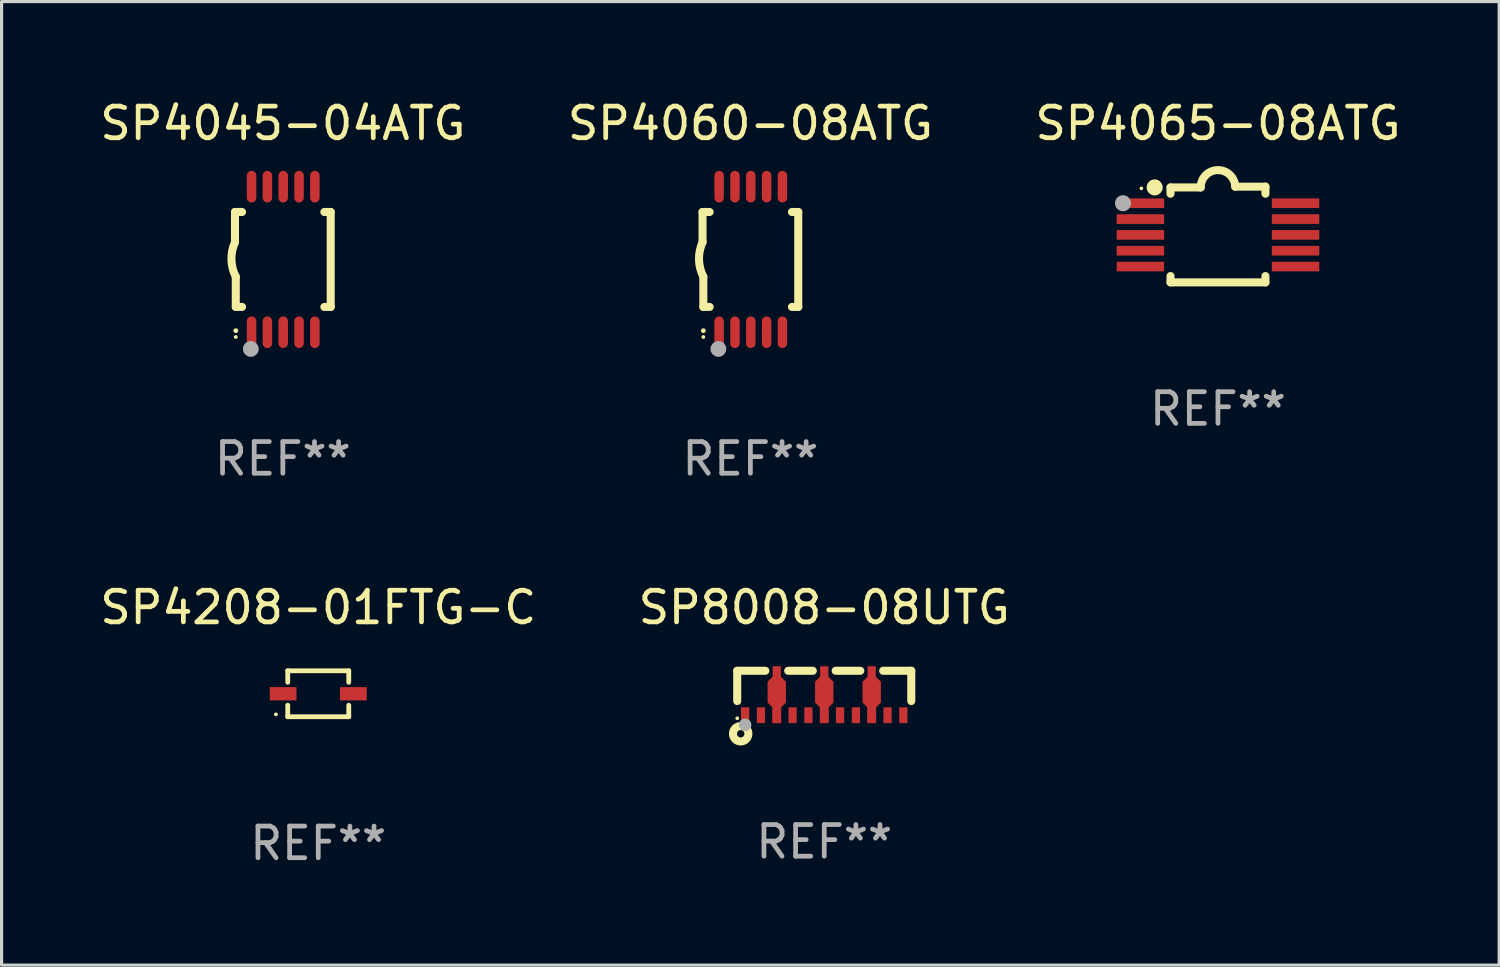
<source format=kicad_pcb>
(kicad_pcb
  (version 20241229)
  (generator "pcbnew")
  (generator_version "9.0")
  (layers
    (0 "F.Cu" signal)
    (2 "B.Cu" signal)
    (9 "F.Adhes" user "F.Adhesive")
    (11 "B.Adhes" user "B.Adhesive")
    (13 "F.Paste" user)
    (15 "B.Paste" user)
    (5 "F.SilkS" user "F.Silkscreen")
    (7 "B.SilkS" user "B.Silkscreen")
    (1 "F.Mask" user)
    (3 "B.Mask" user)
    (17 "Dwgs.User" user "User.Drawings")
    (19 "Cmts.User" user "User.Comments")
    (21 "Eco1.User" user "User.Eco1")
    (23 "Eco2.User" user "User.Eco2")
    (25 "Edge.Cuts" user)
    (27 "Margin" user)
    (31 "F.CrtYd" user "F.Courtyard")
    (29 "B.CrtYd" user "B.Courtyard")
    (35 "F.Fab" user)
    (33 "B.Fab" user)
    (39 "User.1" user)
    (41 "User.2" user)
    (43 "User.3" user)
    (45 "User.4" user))
  (footprint "SP4060-08ATG"
    (layer "F.Cu")
    (at 20.661 5.148)
    (property "Reference" "SP4060-08ATG" (at 0 -4.3 0) (layer "F.SilkS") (effects (font (size 1 1) (thickness 0.15))))
    (attr through_hole)
    (fp_line (start -1.512 -1.5) (end -1.512 -0.546) (stroke (width 0.254) (type solid)) (layer "F.SilkS"))
    (fp_line (start -1.487 0.546) (end -1.487 1.5) (stroke (width 0.254) (type solid)) (layer "F.SilkS"))
    (fp_line (start -1.288 -1.5) (end -1.512 -1.5) (stroke (width 0.254) (type solid)) (layer "F.SilkS"))
    (fp_line (start -1.288 1.5) (end -1.487 1.5) (stroke (width 0.254) (type solid)) (layer "F.SilkS"))
    (fp_line (start 1.512 -1.5) (end 1.312 -1.5) (stroke (width 0.254) (type solid)) (layer "F.SilkS"))
    (fp_line (start 1.512 -1.5) (end 1.512 1.5) (stroke (width 0.254) (type solid)) (layer "F.SilkS"))
    (fp_line (start 1.512 1.5) (end 1.312 1.5) (stroke (width 0.254) (type solid)) (layer "F.SilkS"))
    (fp_arc (start -1.487998 2.250013) (mid -1.486728 2.250007) (end -1.485458 2.250013) (stroke (width 0.150013) (type solid)) (layer "F.SilkS"))
    (fp_arc (start -1.486602 0.546102) (mid -1.624196 0.002905) (end -1.512002 -0.546101) (stroke (width 0.254001) (type solid)) (layer "F.SilkS"))
    (fp_circle (center -1.488 2.45) (end -1.458 2.45) (stroke (width 0.06) (type solid)) (fill no) (layer "F.SilkS"))
    (fp_circle (center -1.012 2.828) (end -0.887 2.828) (stroke (width 0.25) (type solid)) (fill no) (layer "F.Fab"))
    (fp_text user "REF**" (at 0 6.3 0) (layer "F.Fab") (effects (font (size 1 1) (thickness 0.15))))
    (pad "1" smd oval (at -0.988 2.3) (size 0.3 1) (layers "F.Cu" "F.Mask" "F.Paste"))
    (pad "2" smd oval (at -0.488 2.3) (size 0.3 1) (layers "F.Cu" "F.Mask" "F.Paste"))
    (pad "3" smd oval (at 0.012 2.3) (size 0.3 1) (layers "F.Cu" "F.Mask" "F.Paste"))
    (pad "4" smd oval (at 0.512 2.3) (size 0.3 1) (layers "F.Cu" "F.Mask" "F.Paste"))
    (pad "5" smd oval (at 1.012 2.3) (size 0.3 1) (layers "F.Cu" "F.Mask" "F.Paste"))
    (pad "6" smd oval (at 1.012 -2.3) (size 0.3 1) (layers "F.Cu" "F.Mask" "F.Paste"))
    (pad "7" smd oval (at 0.512 -2.3) (size 0.3 1) (layers "F.Cu" "F.Mask" "F.Paste"))
    (pad "8" smd oval (at 0.012 -2.3) (size 0.3 1) (layers "F.Cu" "F.Mask" "F.Paste"))
    (pad "9" smd oval (at -0.488 -2.3) (size 0.3 1) (layers "F.Cu" "F.Mask" "F.Paste"))
    (pad "10" smd oval (at -0.988 -2.3) (size 0.3 1) (layers "F.Cu" "F.Mask" "F.Paste")))
  (footprint "SP4065-08ATG"
    (layer "F.Cu")
    (at 35.435 4.36)
    (property "Reference" "SP4065-08ATG" (at 0 -3.512 0) (layer "F.SilkS") (effects (font (size 1 1) (thickness 0.15))))
    (attr through_hole)
    (fp_line (start -1.5 -1.288) (end -1.5 -1.487) (stroke (width 0.254) (type solid)) (layer "F.SilkS"))
    (fp_line (start -1.5 1.512) (end -1.5 1.312) (stroke (width 0.254) (type solid)) (layer "F.SilkS"))
    (fp_line (start -0.546 -1.487) (end -1.5 -1.487) (stroke (width 0.254) (type solid)) (layer "F.SilkS"))
    (fp_line (start 1.5 -1.512) (end 0.546 -1.512) (stroke (width 0.254) (type solid)) (layer "F.SilkS"))
    (fp_line (start 1.5 -1.288) (end 1.5 -1.512) (stroke (width 0.254) (type solid)) (layer "F.SilkS"))
    (fp_line (start 1.5 1.512) (end -1.5 1.512) (stroke (width 0.254) (type solid)) (layer "F.SilkS"))
    (fp_line (start 1.5 1.512) (end 1.5 1.312) (stroke (width 0.254) (type solid)) (layer "F.SilkS"))
    (fp_arc (start -0.546151 -1.486601) (mid -0.01246 -2.032889) (end 0.54605 -1.512002) (stroke (width 0.254001) (type solid)) (layer "F.SilkS"))
    (fp_circle (center -2.42 -1.458) (end -2.39 -1.458) (stroke (width 0.06) (type solid)) (fill no) (layer "F.SilkS"))
    (fp_circle (center -2 -1.488) (end -1.873 -1.488) (stroke (width 0.254) (type solid)) (fill no) (layer "F.SilkS"))
    (fp_circle (center -3 -0.988) (end -2.873 -0.988) (stroke (width 0.254) (type solid)) (fill no) (layer "F.Fab"))
    (fp_text user "REF**" (at 0 5.512 0) (layer "F.Fab") (effects (font (size 1 1) (thickness 0.15))))
    (pad "1" smd rect (at -2.451 -0.988) (size 1.5 0.305) (layers "F.Cu" "F.Mask" "F.Paste"))
    (pad "2" smd rect (at -2.451 -0.488) (size 1.5 0.305) (layers "F.Cu" "F.Mask" "F.Paste"))
    (pad "3" smd rect (at -2.451 0.012) (size 1.5 0.305) (layers "F.Cu" "F.Mask" "F.Paste"))
    (pad "4" smd rect (at -2.451 0.512) (size 1.5 0.305) (layers "F.Cu" "F.Mask" "F.Paste"))
    (pad "5" smd rect (at -2.451 1.012) (size 1.5 0.305) (layers "F.Cu" "F.Mask" "F.Paste"))
    (pad "6" smd rect (at 2.451 1.012) (size 1.5 0.305) (layers "F.Cu" "F.Mask" "F.Paste"))
    (pad "7" smd rect (at 2.451 0.512) (size 1.5 0.305) (layers "F.Cu" "F.Mask" "F.Paste"))
    (pad "8" smd rect (at 2.451 0.012) (size 1.5 0.305) (layers "F.Cu" "F.Mask" "F.Paste"))
    (pad "9" smd rect (at 2.451 -0.488) (size 1.5 0.305) (layers "F.Cu" "F.Mask" "F.Paste"))
    (pad "10" smd rect (at 2.451 -0.988) (size 1.5 0.305) (layers "F.Cu" "F.Mask" "F.Paste")))
  (footprint "SP8008-08UTG"
    (layer "F.Cu")
    (at 22.994 18.847)
    (property "Reference" "SP8008-08UTG" (at 0 -2.702 0) (layer "F.SilkS") (effects (font (size 1 1) (thickness 0.15))))
    (attr through_hole)
    (fp_line (start -2.75 -0.702) (end -2.75 0.255) (stroke (width 0.254) (type solid)) (layer "F.SilkS"))
    (fp_line (start -2.75 -0.702) (end -1.861 -0.702) (stroke (width 0.254) (type solid)) (layer "F.SilkS"))
    (fp_line (start -1.139 -0.702) (end -0.361 -0.702) (stroke (width 0.254) (type solid)) (layer "F.SilkS"))
    (fp_line (start 0.361 -0.702) (end 1.139 -0.702) (stroke (width 0.254) (type solid)) (layer "F.SilkS"))
    (fp_line (start 1.861 -0.702) (end 2.75 -0.702) (stroke (width 0.254) (type solid)) (layer "F.SilkS"))
    (fp_line (start 2.75 -0.702) (end 2.75 0.255) (stroke (width 0.254) (type solid)) (layer "F.SilkS"))
    (fp_circle (center -2.75 0.798) (end -2.72 0.798) (stroke (width 0.06) (type solid)) (fill no) (layer "F.SilkS"))
    (fp_circle (center -2.64 1.288) (end -2.523 1.288) (stroke (width 0.254) (type solid)) (fill no) (layer "F.SilkS"))
    (fp_circle (center -2.5 1.007) (end -2.4 1.007) (stroke (width 0.2) (type solid)) (fill no) (layer "F.Fab"))
    (fp_text user "REF**" (at 0 4.702 0) (layer "F.Fab") (effects (font (size 1 1) (thickness 0.15))))
    (pad "1" smd rect (at -2.5 0.702) (size 0.26 0.5) (layers "F.Cu" "F.Mask" "F.Paste"))
    (pad "2" smd rect (at -2 0.702) (size 0.26 0.5) (layers "F.Cu" "F.Mask" "F.Paste"))
    (pad "3" smd rect (at -1.5 0.702) (size 0.26 0.5) (layers "F.Cu" "F.Mask" "F.Paste"))
    (pad "4" smd rect (at -1 0.702) (size 0.26 0.5) (layers "F.Cu" "F.Mask" "F.Paste"))
    (pad "5" smd rect (at -0.5 0.702) (size 0.26 0.5) (layers "F.Cu" "F.Mask" "F.Paste"))
    (pad "6" smd rect (at 0 0.702) (size 0.26 0.5) (layers "F.Cu" "F.Mask" "F.Paste"))
    (pad "7" smd rect (at 0.5 0.702) (size 0.26 0.5) (layers "F.Cu" "F.Mask" "F.Paste"))
    (pad "8" smd rect (at 1 0.702) (size 0.26 0.5) (layers "F.Cu" "F.Mask" "F.Paste"))
    (pad "9" smd rect (at 1.5 0.702) (size 0.26 0.5) (layers "F.Cu" "F.Mask" "F.Paste"))
    (pad "10" smd rect (at 2 0.702) (size 0.26 0.5) (layers "F.Cu" "F.Mask" "F.Paste"))
    (pad "11" smd rect (at 2.5 0.702) (size 0.26 0.5) (layers "F.Cu" "F.Mask" "F.Paste"))
    (pad "12" smd custom (at 1.5 0.053) (size 0.58 1.8) (layers "F.Cu" "F.Mask" "F.Paste") (options (anchor circle)) (primitives (gr_poly (pts (xy -0.13 -0.9) (xy -0.13 -0.57) (xy -0.29 -0.41) (xy -0.29 0.25) (xy -0.14 0.4) (xy -0.14 0.9) (xy 0.14 0.9) (xy 0.14 0.4) (xy 0.29 0.25) (xy 0.29 -0.41) (xy 0.13 -0.57) (xy 0.13 -0.9) (xy -0.13 -0.9)) (width 0) (fill yes))))
    (pad "13" smd custom (at 0 0.053) (size 0.58 1.8) (layers "F.Cu" "F.Mask" "F.Paste") (options (anchor circle)) (primitives (gr_poly (pts (xy -0.13 -0.9) (xy -0.13 -0.57) (xy -0.29 -0.41) (xy -0.29 0.25) (xy -0.14 0.4) (xy -0.14 0.9) (xy 0.14 0.9) (xy 0.14 0.4) (xy 0.29 0.25) (xy 0.29 -0.41) (xy 0.13 -0.57) (xy 0.13 -0.9) (xy -0.13 -0.9)) (width 0) (fill yes))))
    (pad "14" smd custom (at -1.5 0.053) (size 0.58 1.8) (layers "F.Cu" "F.Mask" "F.Paste") (options (anchor circle)) (primitives (gr_poly (pts (xy -0.13 -0.9) (xy -0.13 -0.57) (xy -0.29 -0.41) (xy -0.29 0.25) (xy -0.14 0.4) (xy -0.14 0.9) (xy 0.14 0.9) (xy 0.14 0.4) (xy 0.29 0.25) (xy 0.29 -0.41) (xy 0.13 -0.57) (xy 0.13 -0.9) (xy -0.13 -0.9)) (width 0) (fill yes)))))
  (footprint "SP4208-01FTG-C"
    (layer "F.Cu")
    (at 7.006 18.871)
    (property "Reference" "SP4208-01FTG-C" (at 0 -2.726 0) (layer "F.SilkS") (effects (font (size 1 1) (thickness 0.15))))
    (attr through_hole)
    (fp_line (start -0.964 -0.726) (end 0.964 -0.726) (stroke (width 0.152) (type solid)) (layer "F.SilkS"))
    (fp_line (start -0.964 -0.362) (end -0.964 -0.726) (stroke (width 0.152) (type solid)) (layer "F.SilkS"))
    (fp_line (start -0.964 0.362) (end -0.964 0.726) (stroke (width 0.152) (type solid)) (layer "F.SilkS"))
    (fp_line (start -0.964 0.726) (end 0.964 0.726) (stroke (width 0.152) (type solid)) (layer "F.SilkS"))
    (fp_line (start 0.964 -0.362) (end 0.964 -0.726) (stroke (width 0.152) (type solid)) (layer "F.SilkS"))
    (fp_line (start 0.964 0.362) (end 0.964 0.726) (stroke (width 0.152) (type solid)) (layer "F.SilkS"))
    (fp_circle (center -1.338 0.65) (end -1.308 0.65) (stroke (width 0.06) (type solid)) (fill no) (layer "F.SilkS"))
    (fp_text user "REF**" (at 0 4.726 0) (layer "F.Fab") (effects (font (size 1 1) (thickness 0.15))))
    (pad "1" smd rect (at -1.11 0) (size 0.845 0.42) (layers "F.Cu" "F.Mask" "F.Paste"))
    (pad "2" smd rect (at 1.11 0) (size 0.845 0.42) (layers "F.Cu" "F.Mask" "F.Paste")))
  (footprint "SP4045-04ATG"
    (layer "F.Cu")
    (at 5.887 5.148)
    (property "Reference" "SP4045-04ATG" (at 0 -4.3 0) (layer "F.SilkS") (effects (font (size 1 1) (thickness 0.15))))
    (attr through_hole)
    (fp_line (start -1.512 -1.5) (end -1.512 -0.546) (stroke (width 0.254) (type solid)) (layer "F.SilkS"))
    (fp_line (start -1.487 0.546) (end -1.487 1.5) (stroke (width 0.254) (type solid)) (layer "F.SilkS"))
    (fp_line (start -1.288 -1.5) (end -1.512 -1.5) (stroke (width 0.254) (type solid)) (layer "F.SilkS"))
    (fp_line (start -1.288 1.5) (end -1.487 1.5) (stroke (width 0.254) (type solid)) (layer "F.SilkS"))
    (fp_line (start 1.512 -1.5) (end 1.312 -1.5) (stroke (width 0.254) (type solid)) (layer "F.SilkS"))
    (fp_line (start 1.512 -1.5) (end 1.512 1.5) (stroke (width 0.254) (type solid)) (layer "F.SilkS"))
    (fp_line (start 1.512 1.5) (end 1.312 1.5) (stroke (width 0.254) (type solid)) (layer "F.SilkS"))
    (fp_arc (start -1.487998 2.250013) (mid -1.486728 2.250007) (end -1.485458 2.250013) (stroke (width 0.150013) (type solid)) (layer "F.SilkS"))
    (fp_arc (start -1.486602 0.546102) (mid -1.624196 0.002905) (end -1.512002 -0.546101) (stroke (width 0.254001) (type solid)) (layer "F.SilkS"))
    (fp_circle (center -1.488 2.45) (end -1.458 2.45) (stroke (width 0.06) (type solid)) (fill no) (layer "F.SilkS"))
    (fp_circle (center -1.012 2.828) (end -0.887 2.828) (stroke (width 0.25) (type solid)) (fill no) (layer "F.Fab"))
    (fp_text user "REF**" (at 0 6.3 0) (layer "F.Fab") (effects (font (size 1 1) (thickness 0.15))))
    (pad "1" smd oval (at -0.988 2.3) (size 0.3 1) (layers "F.Cu" "F.Mask" "F.Paste"))
    (pad "2" smd oval (at -0.488 2.3) (size 0.3 1) (layers "F.Cu" "F.Mask" "F.Paste"))
    (pad "3" smd oval (at 0.012 2.3) (size 0.3 1) (layers "F.Cu" "F.Mask" "F.Paste"))
    (pad "4" smd oval (at 0.512 2.3) (size 0.3 1) (layers "F.Cu" "F.Mask" "F.Paste"))
    (pad "5" smd oval (at 1.012 2.3) (size 0.3 1) (layers "F.Cu" "F.Mask" "F.Paste"))
    (pad "6" smd oval (at 1.012 -2.3) (size 0.3 1) (layers "F.Cu" "F.Mask" "F.Paste"))
    (pad "7" smd oval (at 0.512 -2.3) (size 0.3 1) (layers "F.Cu" "F.Mask" "F.Paste"))
    (pad "8" smd oval (at 0.012 -2.3) (size 0.3 1) (layers "F.Cu" "F.Mask" "F.Paste"))
    (pad "9" smd oval (at -0.488 -2.3) (size 0.3 1) (layers "F.Cu" "F.Mask" "F.Paste"))
    (pad "10" smd oval (at -0.988 -2.3) (size 0.3 1) (layers "F.Cu" "F.Mask" "F.Paste")))
  (gr_rect
    (start -3 -3)
    (end 44.321 27.445)
    (stroke (width 0.1) (type default))
    (fill no)
    (layer "Edge.Cuts")))
</source>
